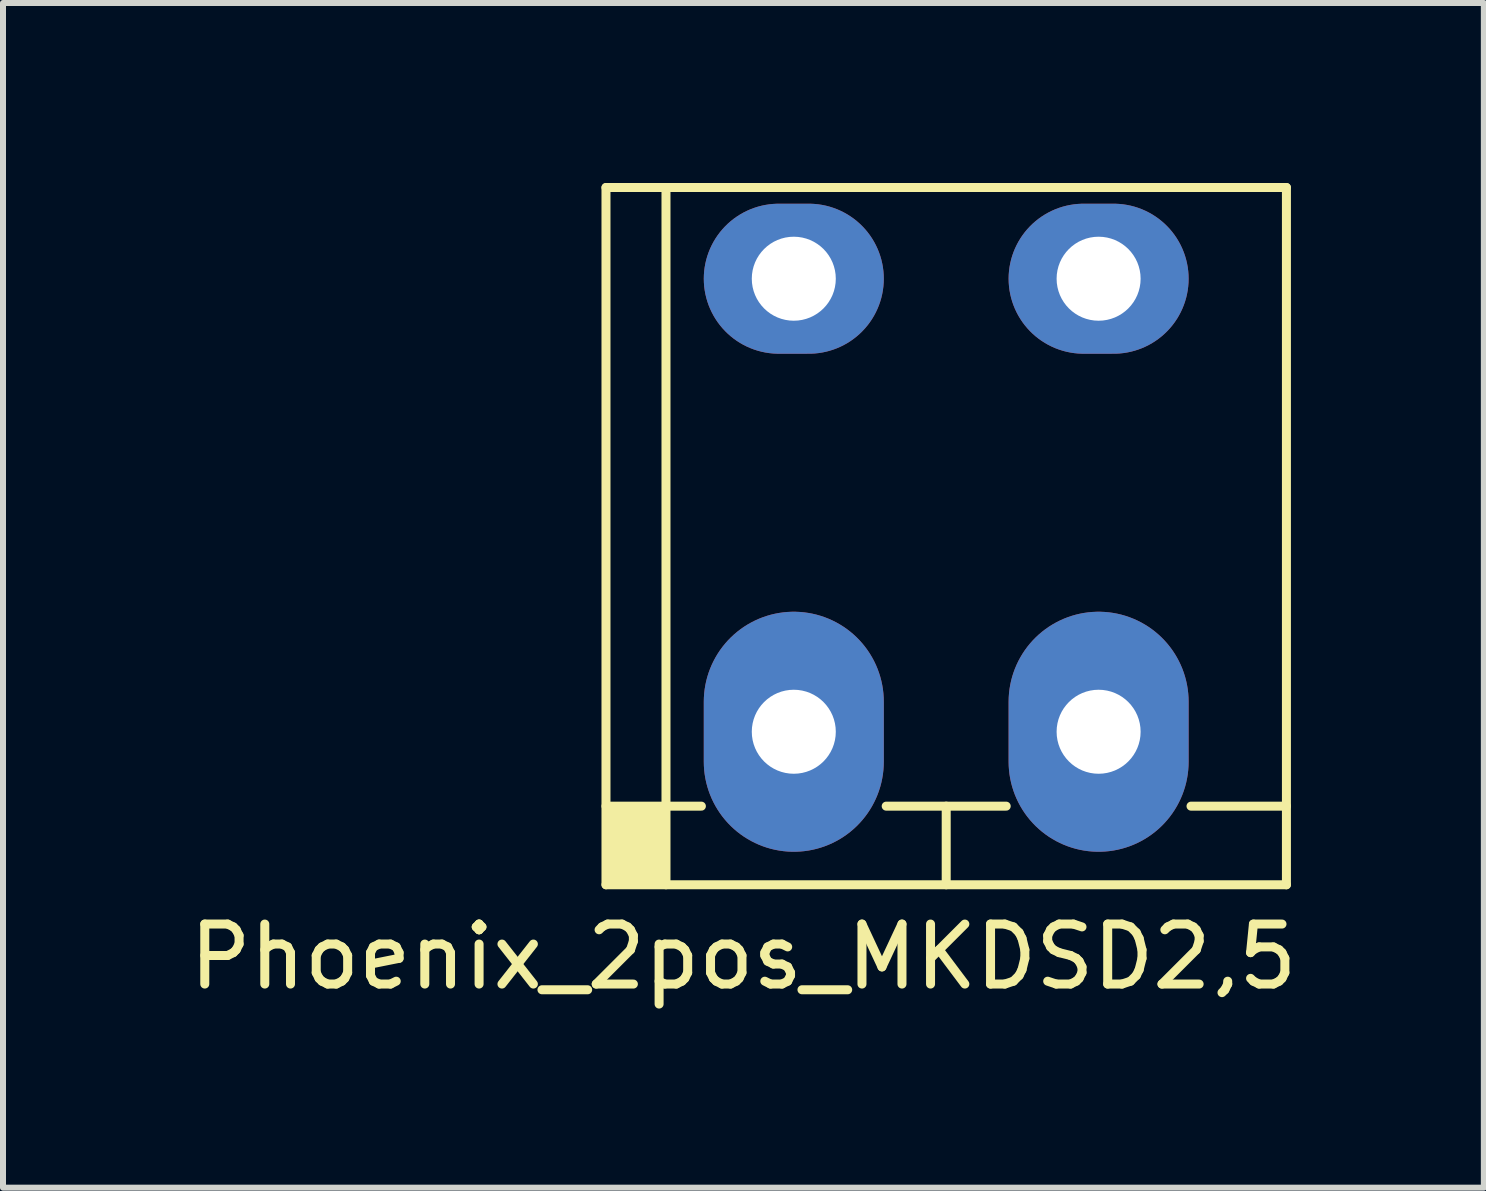
<source format=kicad_pcb>
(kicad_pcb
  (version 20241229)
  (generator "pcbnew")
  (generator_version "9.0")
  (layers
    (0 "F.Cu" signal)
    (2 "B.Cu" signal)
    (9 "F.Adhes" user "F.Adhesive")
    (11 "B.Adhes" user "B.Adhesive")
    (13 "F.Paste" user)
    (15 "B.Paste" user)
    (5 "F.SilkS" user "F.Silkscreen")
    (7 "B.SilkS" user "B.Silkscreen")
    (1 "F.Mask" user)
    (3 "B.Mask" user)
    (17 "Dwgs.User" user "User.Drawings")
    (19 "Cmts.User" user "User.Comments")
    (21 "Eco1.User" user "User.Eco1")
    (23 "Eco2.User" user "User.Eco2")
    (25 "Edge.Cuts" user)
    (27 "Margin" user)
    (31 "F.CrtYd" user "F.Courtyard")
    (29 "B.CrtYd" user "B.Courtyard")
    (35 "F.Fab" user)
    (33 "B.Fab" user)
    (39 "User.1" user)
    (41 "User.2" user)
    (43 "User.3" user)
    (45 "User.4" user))
  (footprint "Phoenix_2pos_MKDSD2,5"
    (layer "F.Cu")
    (at 12.719 5.885)
    (property "Reference" "Phoenix_2pos_MKDSD2,5" (at -3.38 7.01 0) (layer "F.SilkS") (effects (font (size 1 1) (thickness 0.15))))
    (attr through_hole)
    (fp_line (start -5.67 -5.81) (end -5.67 5.81) (stroke (width 0.15) (type solid)) (layer "F.SilkS"))
    (fp_line (start -5.67 -5.81) (end 5.67 -5.81) (stroke (width 0.15) (type solid)) (layer "F.SilkS"))
    (fp_line (start -5.67 4.5) (end -4.08 4.5) (stroke (width 0.15) (type solid)) (layer "F.SilkS"))
    (fp_line (start -5.67 5.81) (end 5.67 5.81) (stroke (width 0.15) (type solid)) (layer "F.SilkS"))
    (fp_line (start -4.67 -5.81) (end -4.67 5.81) (stroke (width 0.15) (type solid)) (layer "F.SilkS"))
    (fp_line (start -1 4.5) (end 1 4.5) (stroke (width 0.15) (type solid)) (layer "F.SilkS"))
    (fp_line (start 0 4.5) (end 0 5.81) (stroke (width 0.15) (type solid)) (layer "F.SilkS"))
    (fp_line (start 4.08 4.5) (end 5.67 4.5) (stroke (width 0.15) (type solid)) (layer "F.SilkS"))
    (fp_line (start 5.67 5.81) (end 5.67 -5.81) (stroke (width 0.15) (type solid)) (layer "F.SilkS"))
    (fp_poly (pts (xy -4.66 5.81) (xy -5.64 5.8) (xy -5.66 4.52) (xy -4.67 4.51)) (stroke (width 0.1) (type solid)) (fill yes) (layer "F.SilkS"))
    (pad "1" thru_hole oval (at -2.54 -4.29 270) (size 2.5 3) (drill 1.4) (layers "*.Cu" "*.Mask"))
    (pad "1" thru_hole oval (at -2.54 3.26) (size 3 4) (drill 1.4) (layers "*.Cu" "*.Mask"))
    (pad "2" thru_hole oval (at 2.54 -4.29 270) (size 2.5 3) (drill 1.4) (layers "*.Cu" "*.Mask"))
    (pad "2" thru_hole oval (at 2.54 3.26) (size 3 4) (drill 1.4) (layers "*.Cu" "*.Mask")))
  (gr_rect
    (start -3 -3)
    (end 21.679 16.743)
    (stroke (width 0.1) (type default))
    (fill no)
    (layer "Edge.Cuts")))
</source>
